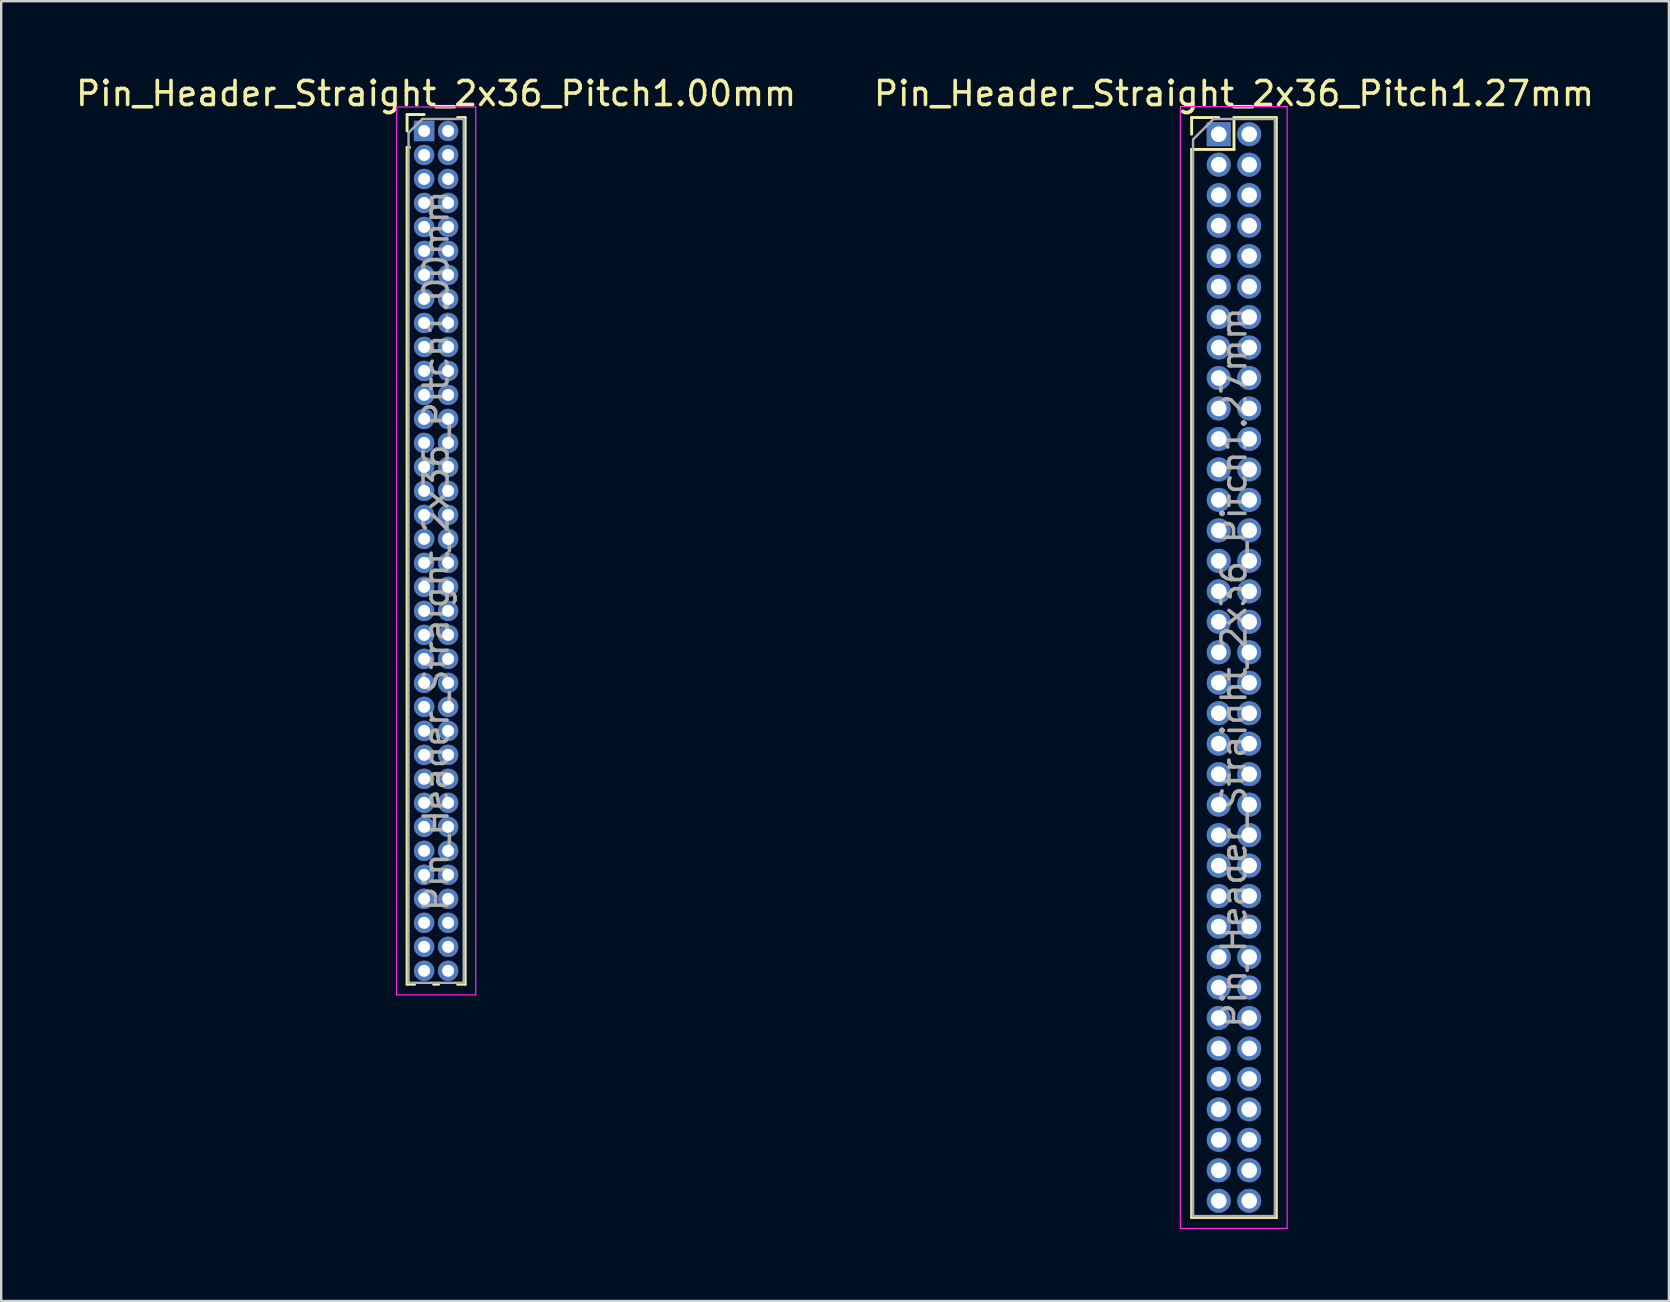
<source format=kicad_pcb>
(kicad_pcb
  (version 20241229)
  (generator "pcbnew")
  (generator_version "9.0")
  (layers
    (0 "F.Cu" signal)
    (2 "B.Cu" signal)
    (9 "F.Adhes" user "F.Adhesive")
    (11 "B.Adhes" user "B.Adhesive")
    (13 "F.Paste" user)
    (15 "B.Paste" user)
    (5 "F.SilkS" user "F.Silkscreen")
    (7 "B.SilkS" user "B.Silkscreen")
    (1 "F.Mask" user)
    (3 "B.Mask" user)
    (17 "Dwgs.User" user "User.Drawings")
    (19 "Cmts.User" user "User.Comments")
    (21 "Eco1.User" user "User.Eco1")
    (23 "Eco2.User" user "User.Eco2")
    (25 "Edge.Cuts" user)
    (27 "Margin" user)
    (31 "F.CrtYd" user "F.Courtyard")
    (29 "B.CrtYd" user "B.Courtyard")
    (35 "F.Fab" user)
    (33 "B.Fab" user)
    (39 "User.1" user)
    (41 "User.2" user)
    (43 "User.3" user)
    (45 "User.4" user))
  (footprint "Pin_Header_Straight_2x36_Pitch1.00mm"
    (layer "F.Cu")
    (at 14.625 2.408)
    (property "Reference" "Pin_Header_Straight_2x36_Pitch1.00mm" (at 0.5 -1.56 0) (layer "F.SilkS") (effects (font (size 1 1) (thickness 0.15))))
    (attr through_hole)
    (fp_line (start -0.71 -0.685) (end 0 -0.685) (stroke (width 0.12) (type solid)) (layer "F.SilkS"))
    (fp_line (start -0.71 0) (end -0.71 -0.685) (stroke (width 0.12) (type solid)) (layer "F.SilkS"))
    (fp_line (start -0.71 0.685) (end -0.71 35.56) (stroke (width 0.12) (type solid)) (layer "F.SilkS"))
    (fp_line (start -0.71 0.685) (end -0.608 0.685) (stroke (width 0.12) (type solid)) (layer "F.SilkS"))
    (fp_line (start -0.71 35.56) (end -0.394 35.56) (stroke (width 0.12) (type solid)) (layer "F.SilkS"))
    (fp_line (start 0.394 35.56) (end 0.606 35.56) (stroke (width 0.12) (type solid)) (layer "F.SilkS"))
    (fp_line (start 1.394 -0.56) (end 1.71 -0.56) (stroke (width 0.12) (type solid)) (layer "F.SilkS"))
    (fp_line (start 1.394 35.56) (end 1.71 35.56) (stroke (width 0.12) (type solid)) (layer "F.SilkS"))
    (fp_line (start 1.71 -0.56) (end 1.71 35.56) (stroke (width 0.12) (type solid)) (layer "F.SilkS"))
    (fp_line (start -1.15 -1) (end -1.15 36) (stroke (width 0.05) (type solid)) (layer "F.CrtYd"))
    (fp_line (start -1.15 36) (end 2.15 36) (stroke (width 0.05) (type solid)) (layer "F.CrtYd"))
    (fp_line (start 2.15 -1) (end -1.15 -1) (stroke (width 0.05) (type solid)) (layer "F.CrtYd"))
    (fp_line (start 2.15 36) (end 2.15 -1) (stroke (width 0.05) (type solid)) (layer "F.CrtYd"))
    (fp_line (start -0.65 0.075) (end -0.075 -0.5) (stroke (width 0.1) (type solid)) (layer "F.Fab"))
    (fp_line (start -0.65 35.5) (end -0.65 0.075) (stroke (width 0.1) (type solid)) (layer "F.Fab"))
    (fp_line (start -0.075 -0.5) (end 1.65 -0.5) (stroke (width 0.1) (type solid)) (layer "F.Fab"))
    (fp_line (start 1.65 -0.5) (end 1.65 35.5) (stroke (width 0.1) (type solid)) (layer "F.Fab"))
    (fp_line (start 1.65 35.5) (end -0.65 35.5) (stroke (width 0.1) (type solid)) (layer "F.Fab"))
    (fp_text user "${REFERENCE}" (at 0.5 17.5 90) (layer "F.Fab") (effects (font (size 1 1) (thickness 0.15))))
    (pad "1" thru_hole rect (at 0 0) (size 0.85 0.85) (drill 0.5) (layers "*.Cu" "*.Mask"))
    (pad "2" thru_hole oval (at 1 0) (size 0.85 0.85) (drill 0.5) (layers "*.Cu" "*.Mask"))
    (pad "3" thru_hole oval (at 0 1) (size 0.85 0.85) (drill 0.5) (layers "*.Cu" "*.Mask"))
    (pad "4" thru_hole oval (at 1 1) (size 0.85 0.85) (drill 0.5) (layers "*.Cu" "*.Mask"))
    (pad "5" thru_hole oval (at 0 2) (size 0.85 0.85) (drill 0.5) (layers "*.Cu" "*.Mask"))
    (pad "6" thru_hole oval (at 1 2) (size 0.85 0.85) (drill 0.5) (layers "*.Cu" "*.Mask"))
    (pad "7" thru_hole oval (at 0 3) (size 0.85 0.85) (drill 0.5) (layers "*.Cu" "*.Mask"))
    (pad "8" thru_hole oval (at 1 3) (size 0.85 0.85) (drill 0.5) (layers "*.Cu" "*.Mask"))
    (pad "9" thru_hole oval (at 0 4) (size 0.85 0.85) (drill 0.5) (layers "*.Cu" "*.Mask"))
    (pad "10" thru_hole oval (at 1 4) (size 0.85 0.85) (drill 0.5) (layers "*.Cu" "*.Mask"))
    (pad "11" thru_hole oval (at 0 5) (size 0.85 0.85) (drill 0.5) (layers "*.Cu" "*.Mask"))
    (pad "12" thru_hole oval (at 1 5) (size 0.85 0.85) (drill 0.5) (layers "*.Cu" "*.Mask"))
    (pad "13" thru_hole oval (at 0 6) (size 0.85 0.85) (drill 0.5) (layers "*.Cu" "*.Mask"))
    (pad "14" thru_hole oval (at 1 6) (size 0.85 0.85) (drill 0.5) (layers "*.Cu" "*.Mask"))
    (pad "15" thru_hole oval (at 0 7) (size 0.85 0.85) (drill 0.5) (layers "*.Cu" "*.Mask"))
    (pad "16" thru_hole oval (at 1 7) (size 0.85 0.85) (drill 0.5) (layers "*.Cu" "*.Mask"))
    (pad "17" thru_hole oval (at 0 8) (size 0.85 0.85) (drill 0.5) (layers "*.Cu" "*.Mask"))
    (pad "18" thru_hole oval (at 1 8) (size 0.85 0.85) (drill 0.5) (layers "*.Cu" "*.Mask"))
    (pad "19" thru_hole oval (at 0 9) (size 0.85 0.85) (drill 0.5) (layers "*.Cu" "*.Mask"))
    (pad "20" thru_hole oval (at 1 9) (size 0.85 0.85) (drill 0.5) (layers "*.Cu" "*.Mask"))
    (pad "21" thru_hole oval (at 0 10) (size 0.85 0.85) (drill 0.5) (layers "*.Cu" "*.Mask"))
    (pad "22" thru_hole oval (at 1 10) (size 0.85 0.85) (drill 0.5) (layers "*.Cu" "*.Mask"))
    (pad "23" thru_hole oval (at 0 11) (size 0.85 0.85) (drill 0.5) (layers "*.Cu" "*.Mask"))
    (pad "24" thru_hole oval (at 1 11) (size 0.85 0.85) (drill 0.5) (layers "*.Cu" "*.Mask"))
    (pad "25" thru_hole oval (at 0 12) (size 0.85 0.85) (drill 0.5) (layers "*.Cu" "*.Mask"))
    (pad "26" thru_hole oval (at 1 12) (size 0.85 0.85) (drill 0.5) (layers "*.Cu" "*.Mask"))
    (pad "27" thru_hole oval (at 0 13) (size 0.85 0.85) (drill 0.5) (layers "*.Cu" "*.Mask"))
    (pad "28" thru_hole oval (at 1 13) (size 0.85 0.85) (drill 0.5) (layers "*.Cu" "*.Mask"))
    (pad "29" thru_hole oval (at 0 14) (size 0.85 0.85) (drill 0.5) (layers "*.Cu" "*.Mask"))
    (pad "30" thru_hole oval (at 1 14) (size 0.85 0.85) (drill 0.5) (layers "*.Cu" "*.Mask"))
    (pad "31" thru_hole oval (at 0 15) (size 0.85 0.85) (drill 0.5) (layers "*.Cu" "*.Mask"))
    (pad "32" thru_hole oval (at 1 15) (size 0.85 0.85) (drill 0.5) (layers "*.Cu" "*.Mask"))
    (pad "33" thru_hole oval (at 0 16) (size 0.85 0.85) (drill 0.5) (layers "*.Cu" "*.Mask"))
    (pad "34" thru_hole oval (at 1 16) (size 0.85 0.85) (drill 0.5) (layers "*.Cu" "*.Mask"))
    (pad "35" thru_hole oval (at 0 17) (size 0.85 0.85) (drill 0.5) (layers "*.Cu" "*.Mask"))
    (pad "36" thru_hole oval (at 1 17) (size 0.85 0.85) (drill 0.5) (layers "*.Cu" "*.Mask"))
    (pad "37" thru_hole oval (at 0 18) (size 0.85 0.85) (drill 0.5) (layers "*.Cu" "*.Mask"))
    (pad "38" thru_hole oval (at 1 18) (size 0.85 0.85) (drill 0.5) (layers "*.Cu" "*.Mask"))
    (pad "39" thru_hole oval (at 0 19) (size 0.85 0.85) (drill 0.5) (layers "*.Cu" "*.Mask"))
    (pad "40" thru_hole oval (at 1 19) (size 0.85 0.85) (drill 0.5) (layers "*.Cu" "*.Mask"))
    (pad "41" thru_hole oval (at 0 20) (size 0.85 0.85) (drill 0.5) (layers "*.Cu" "*.Mask"))
    (pad "42" thru_hole oval (at 1 20) (size 0.85 0.85) (drill 0.5) (layers "*.Cu" "*.Mask"))
    (pad "43" thru_hole oval (at 0 21) (size 0.85 0.85) (drill 0.5) (layers "*.Cu" "*.Mask"))
    (pad "44" thru_hole oval (at 1 21) (size 0.85 0.85) (drill 0.5) (layers "*.Cu" "*.Mask"))
    (pad "45" thru_hole oval (at 0 22) (size 0.85 0.85) (drill 0.5) (layers "*.Cu" "*.Mask"))
    (pad "46" thru_hole oval (at 1 22) (size 0.85 0.85) (drill 0.5) (layers "*.Cu" "*.Mask"))
    (pad "47" thru_hole oval (at 0 23) (size 0.85 0.85) (drill 0.5) (layers "*.Cu" "*.Mask"))
    (pad "48" thru_hole oval (at 1 23) (size 0.85 0.85) (drill 0.5) (layers "*.Cu" "*.Mask"))
    (pad "49" thru_hole oval (at 0 24) (size 0.85 0.85) (drill 0.5) (layers "*.Cu" "*.Mask"))
    (pad "50" thru_hole oval (at 1 24) (size 0.85 0.85) (drill 0.5) (layers "*.Cu" "*.Mask"))
    (pad "51" thru_hole oval (at 0 25) (size 0.85 0.85) (drill 0.5) (layers "*.Cu" "*.Mask"))
    (pad "52" thru_hole oval (at 1 25) (size 0.85 0.85) (drill 0.5) (layers "*.Cu" "*.Mask"))
    (pad "53" thru_hole oval (at 0 26) (size 0.85 0.85) (drill 0.5) (layers "*.Cu" "*.Mask"))
    (pad "54" thru_hole oval (at 1 26) (size 0.85 0.85) (drill 0.5) (layers "*.Cu" "*.Mask"))
    (pad "55" thru_hole oval (at 0 27) (size 0.85 0.85) (drill 0.5) (layers "*.Cu" "*.Mask"))
    (pad "56" thru_hole oval (at 1 27) (size 0.85 0.85) (drill 0.5) (layers "*.Cu" "*.Mask"))
    (pad "57" thru_hole oval (at 0 28) (size 0.85 0.85) (drill 0.5) (layers "*.Cu" "*.Mask"))
    (pad "58" thru_hole oval (at 1 28) (size 0.85 0.85) (drill 0.5) (layers "*.Cu" "*.Mask"))
    (pad "59" thru_hole oval (at 0 29) (size 0.85 0.85) (drill 0.5) (layers "*.Cu" "*.Mask"))
    (pad "60" thru_hole oval (at 1 29) (size 0.85 0.85) (drill 0.5) (layers "*.Cu" "*.Mask"))
    (pad "61" thru_hole oval (at 0 30) (size 0.85 0.85) (drill 0.5) (layers "*.Cu" "*.Mask"))
    (pad "62" thru_hole oval (at 1 30) (size 0.85 0.85) (drill 0.5) (layers "*.Cu" "*.Mask"))
    (pad "63" thru_hole oval (at 0 31) (size 0.85 0.85) (drill 0.5) (layers "*.Cu" "*.Mask"))
    (pad "64" thru_hole oval (at 1 31) (size 0.85 0.85) (drill 0.5) (layers "*.Cu" "*.Mask"))
    (pad "65" thru_hole oval (at 0 32) (size 0.85 0.85) (drill 0.5) (layers "*.Cu" "*.Mask"))
    (pad "66" thru_hole oval (at 1 32) (size 0.85 0.85) (drill 0.5) (layers "*.Cu" "*.Mask"))
    (pad "67" thru_hole oval (at 0 33) (size 0.85 0.85) (drill 0.5) (layers "*.Cu" "*.Mask"))
    (pad "68" thru_hole oval (at 1 33) (size 0.85 0.85) (drill 0.5) (layers "*.Cu" "*.Mask"))
    (pad "69" thru_hole oval (at 0 34) (size 0.85 0.85) (drill 0.5) (layers "*.Cu" "*.Mask"))
    (pad "70" thru_hole oval (at 1 34) (size 0.85 0.85) (drill 0.5) (layers "*.Cu" "*.Mask"))
    (pad "71" thru_hole oval (at 0 35) (size 0.85 0.85) (drill 0.5) (layers "*.Cu" "*.Mask"))
    (pad "72" thru_hole oval (at 1 35) (size 0.85 0.85) (drill 0.5) (layers "*.Cu" "*.Mask")))
  (footprint "Pin_Header_Straight_2x36_Pitch1.27mm"
    (layer "F.Cu")
    (at 47.74 2.543)
    (property "Reference" "Pin_Header_Straight_2x36_Pitch1.27mm" (at 0.635 -1.695 0) (layer "F.SilkS") (effects (font (size 1 1) (thickness 0.15))))
    (attr through_hole)
    (fp_line (start -1.13 -0.695) (end 0 -0.695) (stroke (width 0.12) (type solid)) (layer "F.SilkS"))
    (fp_line (start -1.13 0) (end -1.13 -0.695) (stroke (width 0.12) (type solid)) (layer "F.SilkS"))
    (fp_line (start -1.13 0.635) (end -1.13 45.145) (stroke (width 0.12) (type solid)) (layer "F.SilkS"))
    (fp_line (start -1.13 45.145) (end 2.4 45.145) (stroke (width 0.12) (type solid)) (layer "F.SilkS"))
    (fp_line (start 0.635 -0.695) (end 0.635 0.635) (stroke (width 0.12) (type solid)) (layer "F.SilkS"))
    (fp_line (start 0.635 0.635) (end -1.13 0.635) (stroke (width 0.12) (type solid)) (layer "F.SilkS"))
    (fp_line (start 2.4 -0.695) (end 0.635 -0.695) (stroke (width 0.12) (type solid)) (layer "F.SilkS"))
    (fp_line (start 2.4 45.145) (end 2.4 -0.695) (stroke (width 0.12) (type solid)) (layer "F.SilkS"))
    (fp_line (start -1.6 -1.15) (end -1.6 45.6) (stroke (width 0.05) (type solid)) (layer "F.CrtYd"))
    (fp_line (start -1.6 45.6) (end 2.85 45.6) (stroke (width 0.05) (type solid)) (layer "F.CrtYd"))
    (fp_line (start 2.85 -1.15) (end -1.6 -1.15) (stroke (width 0.05) (type solid)) (layer "F.CrtYd"))
    (fp_line (start 2.85 45.6) (end 2.85 -1.15) (stroke (width 0.05) (type solid)) (layer "F.CrtYd"))
    (fp_line (start -1.07 0.217) (end -0.217 -0.635) (stroke (width 0.1) (type solid)) (layer "F.Fab"))
    (fp_line (start -1.07 45.085) (end -1.07 0.217) (stroke (width 0.1) (type solid)) (layer "F.Fab"))
    (fp_line (start -0.217 -0.635) (end 2.34 -0.635) (stroke (width 0.1) (type solid)) (layer "F.Fab"))
    (fp_line (start 2.34 -0.635) (end 2.34 45.085) (stroke (width 0.1) (type solid)) (layer "F.Fab"))
    (fp_line (start 2.34 45.085) (end -1.07 45.085) (stroke (width 0.1) (type solid)) (layer "F.Fab"))
    (fp_text user "${REFERENCE}" (at 0.635 22.225 90) (layer "F.Fab") (effects (font (size 1 1) (thickness 0.15))))
    (pad "1" thru_hole rect (at 0 0) (size 1 1) (drill 0.65) (layers "*.Cu" "*.Mask"))
    (pad "2" thru_hole oval (at 1.27 0) (size 1 1) (drill 0.65) (layers "*.Cu" "*.Mask"))
    (pad "3" thru_hole oval (at 0 1.27) (size 1 1) (drill 0.65) (layers "*.Cu" "*.Mask"))
    (pad "4" thru_hole oval (at 1.27 1.27) (size 1 1) (drill 0.65) (layers "*.Cu" "*.Mask"))
    (pad "5" thru_hole oval (at 0 2.54) (size 1 1) (drill 0.65) (layers "*.Cu" "*.Mask"))
    (pad "6" thru_hole oval (at 1.27 2.54) (size 1 1) (drill 0.65) (layers "*.Cu" "*.Mask"))
    (pad "7" thru_hole oval (at 0 3.81) (size 1 1) (drill 0.65) (layers "*.Cu" "*.Mask"))
    (pad "8" thru_hole oval (at 1.27 3.81) (size 1 1) (drill 0.65) (layers "*.Cu" "*.Mask"))
    (pad "9" thru_hole oval (at 0 5.08) (size 1 1) (drill 0.65) (layers "*.Cu" "*.Mask"))
    (pad "10" thru_hole oval (at 1.27 5.08) (size 1 1) (drill 0.65) (layers "*.Cu" "*.Mask"))
    (pad "11" thru_hole oval (at 0 6.35) (size 1 1) (drill 0.65) (layers "*.Cu" "*.Mask"))
    (pad "12" thru_hole oval (at 1.27 6.35) (size 1 1) (drill 0.65) (layers "*.Cu" "*.Mask"))
    (pad "13" thru_hole oval (at 0 7.62) (size 1 1) (drill 0.65) (layers "*.Cu" "*.Mask"))
    (pad "14" thru_hole oval (at 1.27 7.62) (size 1 1) (drill 0.65) (layers "*.Cu" "*.Mask"))
    (pad "15" thru_hole oval (at 0 8.89) (size 1 1) (drill 0.65) (layers "*.Cu" "*.Mask"))
    (pad "16" thru_hole oval (at 1.27 8.89) (size 1 1) (drill 0.65) (layers "*.Cu" "*.Mask"))
    (pad "17" thru_hole oval (at 0 10.16) (size 1 1) (drill 0.65) (layers "*.Cu" "*.Mask"))
    (pad "18" thru_hole oval (at 1.27 10.16) (size 1 1) (drill 0.65) (layers "*.Cu" "*.Mask"))
    (pad "19" thru_hole oval (at 0 11.43) (size 1 1) (drill 0.65) (layers "*.Cu" "*.Mask"))
    (pad "20" thru_hole oval (at 1.27 11.43) (size 1 1) (drill 0.65) (layers "*.Cu" "*.Mask"))
    (pad "21" thru_hole oval (at 0 12.7) (size 1 1) (drill 0.65) (layers "*.Cu" "*.Mask"))
    (pad "22" thru_hole oval (at 1.27 12.7) (size 1 1) (drill 0.65) (layers "*.Cu" "*.Mask"))
    (pad "23" thru_hole oval (at 0 13.97) (size 1 1) (drill 0.65) (layers "*.Cu" "*.Mask"))
    (pad "24" thru_hole oval (at 1.27 13.97) (size 1 1) (drill 0.65) (layers "*.Cu" "*.Mask"))
    (pad "25" thru_hole oval (at 0 15.24) (size 1 1) (drill 0.65) (layers "*.Cu" "*.Mask"))
    (pad "26" thru_hole oval (at 1.27 15.24) (size 1 1) (drill 0.65) (layers "*.Cu" "*.Mask"))
    (pad "27" thru_hole oval (at 0 16.51) (size 1 1) (drill 0.65) (layers "*.Cu" "*.Mask"))
    (pad "28" thru_hole oval (at 1.27 16.51) (size 1 1) (drill 0.65) (layers "*.Cu" "*.Mask"))
    (pad "29" thru_hole oval (at 0 17.78) (size 1 1) (drill 0.65) (layers "*.Cu" "*.Mask"))
    (pad "30" thru_hole oval (at 1.27 17.78) (size 1 1) (drill 0.65) (layers "*.Cu" "*.Mask"))
    (pad "31" thru_hole oval (at 0 19.05) (size 1 1) (drill 0.65) (layers "*.Cu" "*.Mask"))
    (pad "32" thru_hole oval (at 1.27 19.05) (size 1 1) (drill 0.65) (layers "*.Cu" "*.Mask"))
    (pad "33" thru_hole oval (at 0 20.32) (size 1 1) (drill 0.65) (layers "*.Cu" "*.Mask"))
    (pad "34" thru_hole oval (at 1.27 20.32) (size 1 1) (drill 0.65) (layers "*.Cu" "*.Mask"))
    (pad "35" thru_hole oval (at 0 21.59) (size 1 1) (drill 0.65) (layers "*.Cu" "*.Mask"))
    (pad "36" thru_hole oval (at 1.27 21.59) (size 1 1) (drill 0.65) (layers "*.Cu" "*.Mask"))
    (pad "37" thru_hole oval (at 0 22.86) (size 1 1) (drill 0.65) (layers "*.Cu" "*.Mask"))
    (pad "38" thru_hole oval (at 1.27 22.86) (size 1 1) (drill 0.65) (layers "*.Cu" "*.Mask"))
    (pad "39" thru_hole oval (at 0 24.13) (size 1 1) (drill 0.65) (layers "*.Cu" "*.Mask"))
    (pad "40" thru_hole oval (at 1.27 24.13) (size 1 1) (drill 0.65) (layers "*.Cu" "*.Mask"))
    (pad "41" thru_hole oval (at 0 25.4) (size 1 1) (drill 0.65) (layers "*.Cu" "*.Mask"))
    (pad "42" thru_hole oval (at 1.27 25.4) (size 1 1) (drill 0.65) (layers "*.Cu" "*.Mask"))
    (pad "43" thru_hole oval (at 0 26.67) (size 1 1) (drill 0.65) (layers "*.Cu" "*.Mask"))
    (pad "44" thru_hole oval (at 1.27 26.67) (size 1 1) (drill 0.65) (layers "*.Cu" "*.Mask"))
    (pad "45" thru_hole oval (at 0 27.94) (size 1 1) (drill 0.65) (layers "*.Cu" "*.Mask"))
    (pad "46" thru_hole oval (at 1.27 27.94) (size 1 1) (drill 0.65) (layers "*.Cu" "*.Mask"))
    (pad "47" thru_hole oval (at 0 29.21) (size 1 1) (drill 0.65) (layers "*.Cu" "*.Mask"))
    (pad "48" thru_hole oval (at 1.27 29.21) (size 1 1) (drill 0.65) (layers "*.Cu" "*.Mask"))
    (pad "49" thru_hole oval (at 0 30.48) (size 1 1) (drill 0.65) (layers "*.Cu" "*.Mask"))
    (pad "50" thru_hole oval (at 1.27 30.48) (size 1 1) (drill 0.65) (layers "*.Cu" "*.Mask"))
    (pad "51" thru_hole oval (at 0 31.75) (size 1 1) (drill 0.65) (layers "*.Cu" "*.Mask"))
    (pad "52" thru_hole oval (at 1.27 31.75) (size 1 1) (drill 0.65) (layers "*.Cu" "*.Mask"))
    (pad "53" thru_hole oval (at 0 33.02) (size 1 1) (drill 0.65) (layers "*.Cu" "*.Mask"))
    (pad "54" thru_hole oval (at 1.27 33.02) (size 1 1) (drill 0.65) (layers "*.Cu" "*.Mask"))
    (pad "55" thru_hole oval (at 0 34.29) (size 1 1) (drill 0.65) (layers "*.Cu" "*.Mask"))
    (pad "56" thru_hole oval (at 1.27 34.29) (size 1 1) (drill 0.65) (layers "*.Cu" "*.Mask"))
    (pad "57" thru_hole oval (at 0 35.56) (size 1 1) (drill 0.65) (layers "*.Cu" "*.Mask"))
    (pad "58" thru_hole oval (at 1.27 35.56) (size 1 1) (drill 0.65) (layers "*.Cu" "*.Mask"))
    (pad "59" thru_hole oval (at 0 36.83) (size 1 1) (drill 0.65) (layers "*.Cu" "*.Mask"))
    (pad "60" thru_hole oval (at 1.27 36.83) (size 1 1) (drill 0.65) (layers "*.Cu" "*.Mask"))
    (pad "61" thru_hole oval (at 0 38.1) (size 1 1) (drill 0.65) (layers "*.Cu" "*.Mask"))
    (pad "62" thru_hole oval (at 1.27 38.1) (size 1 1) (drill 0.65) (layers "*.Cu" "*.Mask"))
    (pad "63" thru_hole oval (at 0 39.37) (size 1 1) (drill 0.65) (layers "*.Cu" "*.Mask"))
    (pad "64" thru_hole oval (at 1.27 39.37) (size 1 1) (drill 0.65) (layers "*.Cu" "*.Mask"))
    (pad "65" thru_hole oval (at 0 40.64) (size 1 1) (drill 0.65) (layers "*.Cu" "*.Mask"))
    (pad "66" thru_hole oval (at 1.27 40.64) (size 1 1) (drill 0.65) (layers "*.Cu" "*.Mask"))
    (pad "67" thru_hole oval (at 0 41.91) (size 1 1) (drill 0.65) (layers "*.Cu" "*.Mask"))
    (pad "68" thru_hole oval (at 1.27 41.91) (size 1 1) (drill 0.65) (layers "*.Cu" "*.Mask"))
    (pad "69" thru_hole oval (at 0 43.18) (size 1 1) (drill 0.65) (layers "*.Cu" "*.Mask"))
    (pad "70" thru_hole oval (at 1.27 43.18) (size 1 1) (drill 0.65) (layers "*.Cu" "*.Mask"))
    (pad "71" thru_hole oval (at 0 44.45) (size 1 1) (drill 0.65) (layers "*.Cu" "*.Mask"))
    (pad "72" thru_hole oval (at 1.27 44.45) (size 1 1) (drill 0.65) (layers "*.Cu" "*.Mask")))
  (gr_rect
    (start -3 -3)
    (end 66.5 51.168)
    (stroke (width 0.1) (type default))
    (fill no)
    (layer "Edge.Cuts")))
</source>
